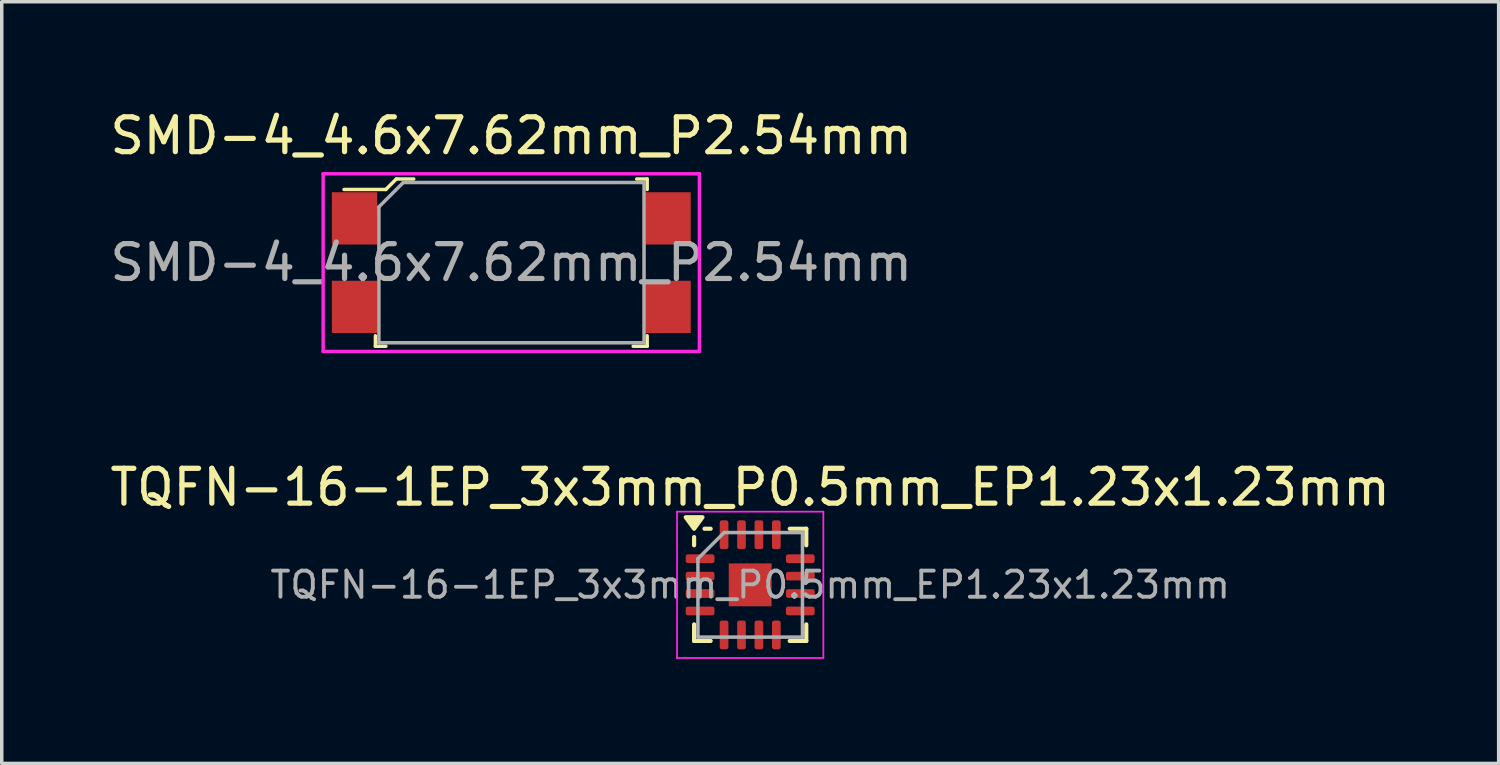
<source format=kicad_pcb>
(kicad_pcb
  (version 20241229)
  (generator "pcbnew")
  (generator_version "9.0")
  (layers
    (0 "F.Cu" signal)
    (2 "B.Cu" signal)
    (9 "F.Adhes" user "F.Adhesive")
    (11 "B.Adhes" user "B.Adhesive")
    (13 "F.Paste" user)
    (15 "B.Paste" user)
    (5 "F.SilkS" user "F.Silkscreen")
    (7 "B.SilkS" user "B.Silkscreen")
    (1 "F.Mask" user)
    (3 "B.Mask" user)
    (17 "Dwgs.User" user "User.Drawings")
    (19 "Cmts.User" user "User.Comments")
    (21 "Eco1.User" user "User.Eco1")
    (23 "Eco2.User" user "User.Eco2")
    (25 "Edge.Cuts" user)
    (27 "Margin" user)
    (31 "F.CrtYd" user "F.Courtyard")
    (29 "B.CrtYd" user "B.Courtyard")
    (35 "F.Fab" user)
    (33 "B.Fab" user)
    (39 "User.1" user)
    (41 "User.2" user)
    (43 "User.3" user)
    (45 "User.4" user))
  (footprint "TQFN-16-1EP_3x3mm_P0.5mm_EP1.23x1.23mm"
    (layer "F.Cu")
    (at 18.482 13.736)
    (property "Reference" "TQFN-16-1EP_3x3mm_P0.5mm_EP1.23x1.23mm" (at 0 -2.8 0) (layer "F.SilkS") (effects (font (size 1 1) (thickness 0.15))))
    (attr smd)
    (fp_line (start -1.61 -1.135) (end -1.61 -1.37) (stroke (width 0.12) (type solid)) (layer "F.SilkS"))
    (fp_line (start -1.61 1.61) (end -1.61 1.135) (stroke (width 0.12) (type solid)) (layer "F.SilkS"))
    (fp_line (start -1.135 -1.61) (end -1.31 -1.61) (stroke (width 0.12) (type solid)) (layer "F.SilkS"))
    (fp_line (start -1.135 1.61) (end -1.61 1.61) (stroke (width 0.12) (type solid)) (layer "F.SilkS"))
    (fp_line (start 1.135 -1.61) (end 1.61 -1.61) (stroke (width 0.12) (type solid)) (layer "F.SilkS"))
    (fp_line (start 1.135 1.61) (end 1.61 1.61) (stroke (width 0.12) (type solid)) (layer "F.SilkS"))
    (fp_line (start 1.61 -1.61) (end 1.61 -1.135) (stroke (width 0.12) (type solid)) (layer "F.SilkS"))
    (fp_line (start 1.61 1.61) (end 1.61 1.135) (stroke (width 0.12) (type solid)) (layer "F.SilkS"))
    (fp_poly (pts (xy -1.61 -1.61) (xy -1.85 -1.94) (xy -1.37 -1.94) (xy -1.61 -1.61)) (stroke (width 0.12) (type solid)) (fill yes) (layer "F.SilkS"))
    (fp_line (start -2.1 -2.1) (end -2.1 2.1) (stroke (width 0.05) (type solid)) (layer "F.CrtYd"))
    (fp_line (start -2.1 2.1) (end 2.1 2.1) (stroke (width 0.05) (type solid)) (layer "F.CrtYd"))
    (fp_line (start 2.1 -2.1) (end -2.1 -2.1) (stroke (width 0.05) (type solid)) (layer "F.CrtYd"))
    (fp_line (start 2.1 2.1) (end 2.1 -2.1) (stroke (width 0.05) (type solid)) (layer "F.CrtYd"))
    (fp_line (start -1.5 -0.75) (end -0.75 -1.5) (stroke (width 0.1) (type solid)) (layer "F.Fab"))
    (fp_line (start -1.5 1.5) (end -1.5 -0.75) (stroke (width 0.1) (type solid)) (layer "F.Fab"))
    (fp_line (start -0.75 -1.5) (end 1.5 -1.5) (stroke (width 0.1) (type solid)) (layer "F.Fab"))
    (fp_line (start 1.5 -1.5) (end 1.5 1.5) (stroke (width 0.1) (type solid)) (layer "F.Fab"))
    (fp_line (start 1.5 1.5) (end -1.5 1.5) (stroke (width 0.1) (type solid)) (layer "F.Fab"))
    (fp_text user "${REFERENCE}" (at 0 0 0) (layer "F.Fab") (effects (font (size 0.75 0.75) (thickness 0.11))))
    (pad "" smd roundrect (at -0.31 -0.31) (size 0.5 0.5) (layers "F.Paste") (roundrect_rratio 0.25))
    (pad "" smd roundrect (at -0.31 0.31) (size 0.5 0.5) (layers "F.Paste") (roundrect_rratio 0.25))
    (pad "" smd roundrect (at 0.31 -0.31) (size 0.5 0.5) (layers "F.Paste") (roundrect_rratio 0.25))
    (pad "" smd roundrect (at 0.31 0.31) (size 0.5 0.5) (layers "F.Paste") (roundrect_rratio 0.25))
    (pad "1" smd roundrect (at -1.438 -0.75) (size 0.825 0.25) (layers "F.Cu" "F.Mask" "F.Paste") (roundrect_rratio 0.25))
    (pad "2" smd roundrect (at -1.438 -0.25) (size 0.825 0.25) (layers "F.Cu" "F.Mask" "F.Paste") (roundrect_rratio 0.25))
    (pad "3" smd roundrect (at -1.438 0.25) (size 0.825 0.25) (layers "F.Cu" "F.Mask" "F.Paste") (roundrect_rratio 0.25))
    (pad "4" smd roundrect (at -1.438 0.75) (size 0.825 0.25) (layers "F.Cu" "F.Mask" "F.Paste") (roundrect_rratio 0.25))
    (pad "5" smd roundrect (at -0.75 1.438) (size 0.25 0.825) (layers "F.Cu" "F.Mask" "F.Paste") (roundrect_rratio 0.25))
    (pad "6" smd roundrect (at -0.25 1.438) (size 0.25 0.825) (layers "F.Cu" "F.Mask" "F.Paste") (roundrect_rratio 0.25))
    (pad "7" smd roundrect (at 0.25 1.438) (size 0.25 0.825) (layers "F.Cu" "F.Mask" "F.Paste") (roundrect_rratio 0.25))
    (pad "8" smd roundrect (at 0.75 1.438) (size 0.25 0.825) (layers "F.Cu" "F.Mask" "F.Paste") (roundrect_rratio 0.25))
    (pad "9" smd roundrect (at 1.438 0.75) (size 0.825 0.25) (layers "F.Cu" "F.Mask" "F.Paste") (roundrect_rratio 0.25))
    (pad "10" smd roundrect (at 1.438 0.25) (size 0.825 0.25) (layers "F.Cu" "F.Mask" "F.Paste") (roundrect_rratio 0.25))
    (pad "11" smd roundrect (at 1.438 -0.25) (size 0.825 0.25) (layers "F.Cu" "F.Mask" "F.Paste") (roundrect_rratio 0.25))
    (pad "12" smd roundrect (at 1.438 -0.75) (size 0.825 0.25) (layers "F.Cu" "F.Mask" "F.Paste") (roundrect_rratio 0.25))
    (pad "13" smd roundrect (at 0.75 -1.438) (size 0.25 0.825) (layers "F.Cu" "F.Mask" "F.Paste") (roundrect_rratio 0.25))
    (pad "14" smd roundrect (at 0.25 -1.438) (size 0.25 0.825) (layers "F.Cu" "F.Mask" "F.Paste") (roundrect_rratio 0.25))
    (pad "15" smd roundrect (at -0.25 -1.438) (size 0.25 0.825) (layers "F.Cu" "F.Mask" "F.Paste") (roundrect_rratio 0.25))
    (pad "16" smd roundrect (at -0.75 -1.438) (size 0.25 0.825) (layers "F.Cu" "F.Mask" "F.Paste") (roundrect_rratio 0.25))
    (pad "17" smd rect (at 0 0) (size 1.23 1.23) (property pad_prop_heatsink) (layers "F.Cu" "F.Mask")))
  (footprint "SMD-4_4.6x7.62mm_P2.54mm"
    (layer "F.Cu")
    (at 11.625 4.488)
    (property "Reference" "SMD-4_4.6x7.62mm_P2.54mm" (at 0 -3.64 0) (layer "F.SilkS") (effects (font (size 1 1) (thickness 0.15))))
    (attr smd)
    (fp_line (start -3.9 2.1) (end -3.9 2.4) (stroke (width 0.1) (type solid)) (layer "F.SilkS"))
    (fp_line (start -3.9 2.4) (end -3.6 2.4) (stroke (width 0.1) (type solid)) (layer "F.SilkS"))
    (fp_line (start -3.6 -2.1) (end -4.8 -2.1) (stroke (width 0.1) (type solid)) (layer "F.SilkS"))
    (fp_line (start -3.6 -2.1) (end -3.3 -2.4) (stroke (width 0.1) (type solid)) (layer "F.SilkS"))
    (fp_line (start -3.3 -2.4) (end -2.8 -2.4) (stroke (width 0.1) (type solid)) (layer "F.SilkS"))
    (fp_line (start 3.9 -2.4) (end 3.6 -2.4) (stroke (width 0.1) (type solid)) (layer "F.SilkS"))
    (fp_line (start 3.9 -2.1) (end 3.9 -2.4) (stroke (width 0.1) (type solid)) (layer "F.SilkS"))
    (fp_line (start 3.9 2.1) (end 3.9 2.4) (stroke (width 0.1) (type solid)) (layer "F.SilkS"))
    (fp_line (start 3.9 2.4) (end 3.5 2.4) (stroke (width 0.1) (type solid)) (layer "F.SilkS"))
    (fp_line (start -5.4 -2.55) (end 5.4 -2.55) (stroke (width 0.1) (type solid)) (layer "F.CrtYd"))
    (fp_line (start -5.4 2.55) (end -5.4 -2.55) (stroke (width 0.1) (type solid)) (layer "F.CrtYd"))
    (fp_line (start -5.4 2.55) (end 5.4 2.55) (stroke (width 0.1) (type solid)) (layer "F.CrtYd"))
    (fp_line (start 5.4 -2.55) (end 5.4 2.55) (stroke (width 0.1) (type solid)) (layer "F.CrtYd"))
    (fp_line (start -3.81 2.3) (end 3.81 2.3) (stroke (width 0.1) (type solid)) (layer "F.Fab"))
    (fp_line (start -3.8 -1.6) (end -3.8 2.3) (stroke (width 0.1) (type solid)) (layer "F.Fab"))
    (fp_line (start -3.8 -1.6) (end -3.1 -2.3) (stroke (width 0.1) (type solid)) (layer "F.Fab"))
    (fp_line (start -3.1 -2.3) (end 3.8 -2.3) (stroke (width 0.1) (type solid)) (layer "F.Fab"))
    (fp_line (start 3.81 -2.3) (end 3.81 2.3) (stroke (width 0.1) (type solid)) (layer "F.Fab"))
    (fp_text user "${REFERENCE}" (at 0 0 0) (layer "F.Fab") (effects (font (size 1 1) (thickness 0.15))))
    (pad "1" smd rect (at -4.5 -1.27) (size 1.3 1.5) (layers "F.Cu" "F.Mask" "F.Paste"))
    (pad "2" smd rect (at -4.5 1.27) (size 1.3 1.5) (layers "F.Cu" "F.Mask" "F.Paste"))
    (pad "3" smd rect (at 4.5 1.27) (size 1.3 1.5) (layers "F.Cu" "F.Mask" "F.Paste"))
    (pad "4" smd rect (at 4.5 -1.27) (size 1.3 1.5) (layers "F.Cu" "F.Mask" "F.Paste")))
  (gr_rect
    (start -3 -3)
    (end 39.964 18.861)
    (stroke (width 0.1) (type default))
    (fill no)
    (layer "Edge.Cuts")))
</source>
